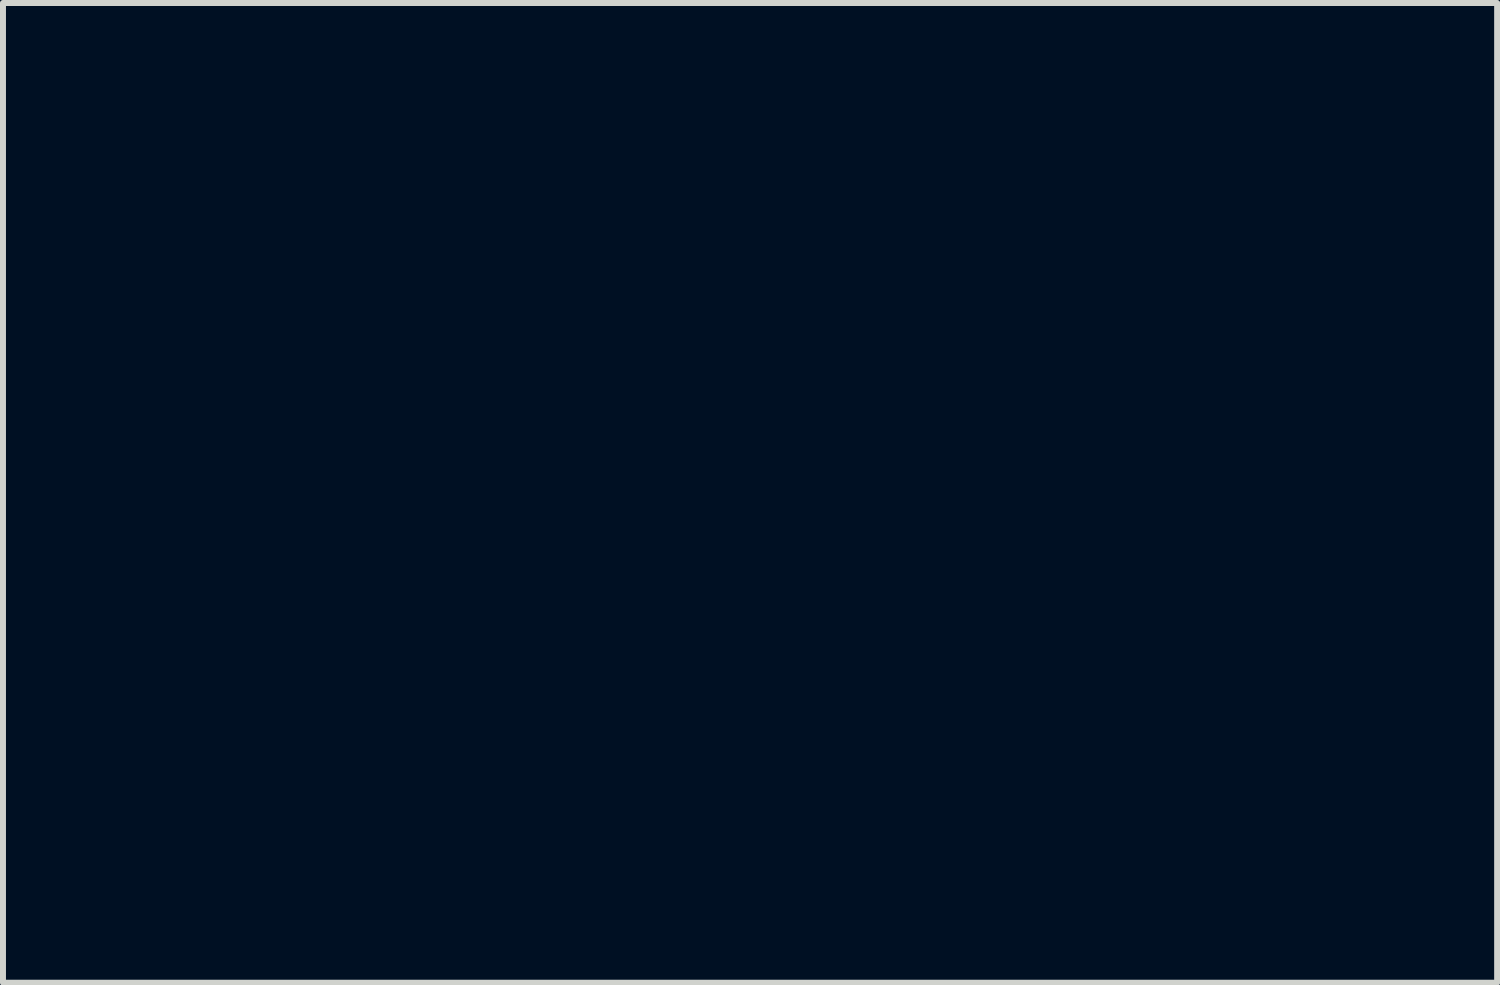
<source format=kicad_pcb>
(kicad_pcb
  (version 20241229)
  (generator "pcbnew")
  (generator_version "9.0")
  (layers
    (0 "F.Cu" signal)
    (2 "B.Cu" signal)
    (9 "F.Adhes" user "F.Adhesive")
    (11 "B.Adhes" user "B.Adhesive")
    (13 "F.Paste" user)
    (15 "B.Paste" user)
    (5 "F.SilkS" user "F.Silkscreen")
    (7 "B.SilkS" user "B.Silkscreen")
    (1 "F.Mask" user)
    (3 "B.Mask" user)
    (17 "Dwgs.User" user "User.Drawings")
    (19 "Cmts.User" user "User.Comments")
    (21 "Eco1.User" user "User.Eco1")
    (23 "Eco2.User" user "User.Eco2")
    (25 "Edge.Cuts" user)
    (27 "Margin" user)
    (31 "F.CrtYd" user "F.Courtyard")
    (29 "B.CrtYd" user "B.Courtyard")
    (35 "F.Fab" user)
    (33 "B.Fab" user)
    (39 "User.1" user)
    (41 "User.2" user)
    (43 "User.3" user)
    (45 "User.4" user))
  (footprint "skin_popn_web"
    (layer "F.Cu")
    (at 8.643 6.572)
    (property "Reference" "skin_popn_web" (at 0 -5.08 0) (layer "F.Mask") (effects (font (size 1.524 1.524) (thickness 0.3))))
    (attr through_hole)
    (fp_poly (pts (xy -7.259 -5.896) (xy -6.881 -5.678) (xy -6.797 -5.63) (xy -6.72 -5.585) (xy -6.65 -5.546) (xy -6.591 -5.512) (xy -6.543 -5.486) (xy -6.51 -5.468) (xy -6.493 -5.46) (xy -6.492 -5.459) (xy -6.48 -5.465) (xy -6.451 -5.48) (xy -6.408 -5.504) (xy -6.351 -5.536) (xy -6.284 -5.574) (xy -6.209 -5.617) (xy -6.127 -5.664) (xy -6.102 -5.678) (xy -5.724 -5.897) (xy -5.724 -6.567) (xy -5.437 -6.567) (xy -5.437 -5.898) (xy -5.065 -5.683) (xy -4.982 -5.635) (xy -4.905 -5.591) (xy -4.836 -5.551) (xy -4.777 -5.516) (xy -4.73 -5.489) (xy -4.698 -5.47) (xy -4.681 -5.461) (xy -4.68 -5.46) (xy -4.668 -5.464) (xy -4.639 -5.478) (xy -4.594 -5.501) (xy -4.536 -5.532) (xy -4.466 -5.57) (xy -4.387 -5.615) (xy -4.301 -5.665) (xy -4.287 -5.672) (xy -3.907 -5.892) (xy -3.905 -6.229) (xy -3.902 -6.567) (xy -3.877 -6.567) (xy -3.858 -6.56) (xy -3.828 -6.537) (xy -3.785 -6.498) (xy -3.728 -6.443) (xy -3.604 -6.319) (xy -3.601 -6.105) (xy -3.598 -5.891) (xy -3.219 -5.672) (xy -2.84 -5.454) (xy -2.808 -5.472) (xy -2.776 -5.49) (xy -2.686 -5.401) (xy -2.596 -5.311) (xy -2.645 -5.285) (xy -2.693 -5.258) (xy -2.696 -4.819) (xy -2.698 -4.381) (xy -2.657 -4.354) (xy -2.629 -4.337) (xy -2.587 -4.312) (xy -2.534 -4.281) (xy -2.472 -4.245) (xy -2.403 -4.205) (xy -2.331 -4.164) (xy -2.258 -4.122) (xy -2.186 -4.081) (xy -2.117 -4.043) (xy -2.056 -4.008) (xy -2.004 -3.979) (xy -1.963 -3.957) (xy -1.936 -3.943) (xy -1.927 -3.939) (xy -1.914 -3.944) (xy -1.885 -3.959) (xy -1.843 -3.982) (xy -1.79 -4.011) (xy -1.73 -4.046) (xy -1.696 -4.065) (xy -1.478 -4.192) (xy -1.392 -4.107) (xy -1.358 -4.072) (xy -1.33 -4.043) (xy -1.312 -4.023) (xy -1.307 -4.016) (xy -1.316 -4.009) (xy -1.342 -3.992) (xy -1.381 -3.968) (xy -1.433 -3.937) (xy -1.493 -3.902) (xy -1.544 -3.872) (xy -1.782 -3.735) (xy -1.782 -2.857) (xy -1.74 -2.831) (xy -1.718 -2.817) (xy -1.68 -2.795) (xy -1.631 -2.766) (xy -1.571 -2.731) (xy -1.505 -2.693) (xy -1.434 -2.652) (xy -1.361 -2.61) (xy -1.289 -2.569) (xy -1.221 -2.529) (xy -1.159 -2.494) (xy -1.105 -2.464) (xy -1.063 -2.44) (xy -1.036 -2.424) (xy -1.025 -2.419) (xy -1.012 -2.422) (xy -0.982 -2.436) (xy -0.938 -2.459) (xy -0.882 -2.489) (xy -0.815 -2.526) (xy -0.741 -2.568) (xy -0.669 -2.609) (xy -0.568 -2.667) (xy -0.485 -2.715) (xy -0.417 -2.754) (xy -0.364 -2.786) (xy -0.322 -2.811) (xy -0.292 -2.83) (xy -0.271 -2.845) (xy -0.257 -2.858) (xy -0.249 -2.868) (xy -0.246 -2.877) (xy -0.245 -2.887) (xy -0.245 -2.898) (xy -0.244 -2.906) (xy -0.241 -2.956) (xy 0.013 -2.701) (xy 0.072 -2.64) (xy 0.125 -2.586) (xy 0.168 -2.54) (xy 0.201 -2.504) (xy 0.223 -2.479) (xy 0.231 -2.467) (xy 0.228 -2.467) (xy 0.204 -2.481) (xy 0.165 -2.503) (xy 0.118 -2.53) (xy 0.068 -2.559) (xy 0.02 -2.586) (xy -0.023 -2.611) (xy -0.057 -2.631) (xy -0.076 -2.642) (xy -0.076 -2.643) (xy -0.083 -2.646) (xy -0.093 -2.646) (xy -0.107 -2.642) (xy -0.128 -2.633) (xy -0.158 -2.619) (xy -0.197 -2.598) (xy -0.248 -2.57) (xy -0.313 -2.533) (xy -0.394 -2.487) (xy -0.479 -2.438) (xy -0.859 -2.219) (xy -0.862 -1.773) (xy -0.864 -1.327) (xy -0.483 -1.108) (xy -0.101 -0.889) (xy 0.11 -1.011) (xy 0.187 -1.054) (xy 0.27 -1.103) (xy 0.354 -1.151) (xy 0.431 -1.196) (xy 0.493 -1.231) (xy 0.665 -1.33) (xy 0.67 -1.685) (xy 0.676 -2.04) (xy 0.816 -1.899) (xy 0.957 -1.758) (xy 0.96 -1.543) (xy 0.963 -1.328) (xy 1.725 -0.888) (xy 1.79 -0.925) (xy 1.879 -0.835) (xy 1.913 -0.799) (xy 1.939 -0.769) (xy 1.954 -0.749) (xy 1.957 -0.74) (xy 1.941 -0.732) (xy 1.915 -0.717) (xy 1.91 -0.714) (xy 1.874 -0.692) (xy 1.876 -0.248) (xy 1.879 0.196) (xy 2.638 0.634) (xy 3.023 0.411) (xy 3.409 0.188) (xy 3.409 0.048) (xy 3.695 0.048) (xy 3.698 0.121) (xy 3.702 0.193) (xy 4.082 0.413) (xy 4.462 0.633) (xy 4.529 0.595) (xy 4.555 0.581) (xy 4.597 0.556) (xy 4.653 0.525) (xy 4.719 0.487) (xy 4.792 0.444) (xy 4.87 0.399) (xy 4.911 0.376) (xy 5.226 0.194) (xy 5.229 0.121) (xy 5.232 0.048) (xy 5.529 0.048) (xy 5.53 0.122) (xy 5.53 0.197) (xy 5.91 0.415) (xy 6.291 0.633) (xy 7.048 0.196) (xy 7.054 0.048) (xy 7.35 0.048) (xy 7.354 0.121) (xy 7.357 0.195) (xy 7.736 0.414) (xy 8.116 0.634) (xy 8.501 0.411) (xy 8.886 0.189) (xy 8.886 0.048) (xy 9.174 0.048) (xy 9.174 0.189) (xy 9.552 0.408) (xy 9.635 0.456) (xy 9.713 0.5) (xy 9.782 0.54) (xy 9.841 0.574) (xy 9.888 0.601) (xy 9.921 0.62) (xy 9.937 0.629) (xy 9.938 0.63) (xy 9.952 0.628) (xy 9.971 0.618) (xy 9.988 0.608) (xy 10.021 0.588) (xy 10.066 0.562) (xy 10.121 0.53) (xy 10.182 0.495) (xy 10.198 0.486) (xy 10.4 0.369) (xy 10.394 0.421) (xy 10.391 0.457) (xy 10.387 0.506) (xy 10.383 0.558) (xy 10.382 0.569) (xy 10.375 0.665) (xy 10.233 0.746) (xy 10.091 0.827) (xy 10.09 1.27) (xy 10.09 1.714) (xy 10.195 1.773) (xy 10.299 1.831) (xy 10.292 1.947) (xy 10.289 1.997) (xy 10.285 2.04) (xy 10.281 2.071) (xy 10.279 2.082) (xy 10.274 2.087) (xy 10.262 2.086) (xy 10.24 2.077) (xy 10.208 2.061) (xy 10.16 2.035) (xy 10.112 2.007) (xy 10.059 1.976) (xy 10.011 1.95) (xy 9.974 1.93) (xy 9.95 1.917) (xy 9.942 1.914) (xy 9.931 1.92) (xy 9.904 1.935) (xy 9.862 1.958) (xy 9.809 1.987) (xy 9.747 2.022) (xy 9.679 2.061) (xy 9.607 2.102) (xy 9.534 2.144) (xy 9.462 2.186) (xy 9.394 2.225) (xy 9.332 2.261) (xy 9.28 2.291) (xy 9.239 2.316) (xy 9.215 2.33) (xy 9.174 2.356) (xy 9.174 2.795) (xy 9.174 3.234) (xy 9.364 3.344) (xy 9.44 3.387) (xy 9.527 3.438) (xy 9.617 3.49) (xy 9.702 3.538) (xy 9.748 3.565) (xy 9.942 3.677) (xy 10.062 3.608) (xy 10.108 3.582) (xy 10.146 3.56) (xy 10.172 3.546) (xy 10.184 3.541) (xy 10.184 3.541) (xy 10.186 3.555) (xy 10.184 3.586) (xy 10.181 3.628) (xy 10.177 3.677) (xy 10.171 3.727) (xy 10.166 3.773) (xy 10.16 3.81) (xy 10.155 3.833) (xy 10.153 3.838) (xy 10.138 3.841) (xy 10.105 3.843) (xy 10.057 3.845) (xy 9.999 3.846) (xy 9.945 3.847) (xy 9.75 3.847) (xy 9.394 3.642) (xy 9.31 3.593) (xy 9.233 3.55) (xy 9.165 3.512) (xy 9.107 3.481) (xy 9.062 3.458) (xy 9.033 3.445) (xy 9.021 3.441) (xy 9.007 3.448) (xy 8.977 3.464) (xy 8.932 3.489) (xy 8.875 3.521) (xy 8.808 3.559) (xy 8.733 3.602) (xy 8.656 3.646) (xy 8.309 3.847) (xy 7.924 3.847) (xy 7.569 3.642) (xy 7.489 3.595) (xy 7.414 3.552) (xy 7.348 3.514) (xy 7.292 3.482) (xy 7.248 3.458) (xy 7.22 3.441) (xy 7.208 3.435) (xy 7.208 3.435) (xy 7.197 3.44) (xy 7.169 3.454) (xy 7.127 3.478) (xy 7.071 3.509) (xy 7.005 3.546) (xy 6.931 3.588) (xy 6.851 3.634) (xy 6.841 3.64) (xy 6.482 3.847) (xy 6.098 3.847) (xy 5.737 3.639) (xy 5.377 3.431) (xy 4.657 3.847) (xy 4.272 3.847) (xy 3.916 3.641) (xy 3.823 3.587) (xy 3.747 3.544) (xy 3.686 3.51) (xy 3.639 3.484) (xy 3.603 3.466) (xy 3.576 3.454) (xy 3.557 3.447) (xy 3.544 3.444) (xy 3.534 3.445) (xy 3.531 3.446) (xy 3.515 3.454) (xy 3.482 3.472) (xy 3.435 3.498) (xy 3.377 3.531) (xy 3.308 3.57) (xy 3.233 3.614) (xy 3.166 3.652) (xy 2.83 3.847) (xy 2.636 3.847) (xy 2.443 3.846) (xy 2.089 3.641) (xy 2.009 3.594) (xy 1.934 3.551) (xy 1.867 3.513) (xy 1.811 3.482) (xy 1.767 3.457) (xy 1.738 3.441) (xy 1.725 3.436) (xy 1.725 3.435) (xy 1.713 3.441) (xy 1.684 3.456) (xy 1.641 3.48) (xy 1.586 3.511) (xy 1.521 3.548) (xy 1.449 3.59) (xy 1.399 3.619) (xy 1.084 3.802) (xy 0.999 3.717) (xy 0.964 3.682) (xy 0.936 3.653) (xy 0.918 3.633) (xy 0.913 3.625) (xy 0.922 3.618) (xy 0.948 3.602) (xy 0.989 3.577) (xy 1.043 3.545) (xy 1.107 3.507) (xy 1.18 3.465) (xy 1.244 3.427) (xy 1.576 3.236) (xy 1.576 2.35) (xy 1.874 2.35) (xy 1.874 3.236) (xy 2.247 3.452) (xy 2.329 3.5) (xy 2.407 3.544) (xy 2.476 3.584) (xy 2.536 3.617) (xy 2.583 3.643) (xy 2.617 3.661) (xy 2.633 3.669) (xy 2.635 3.669) (xy 2.648 3.664) (xy 2.677 3.649) (xy 2.721 3.626) (xy 2.778 3.595) (xy 2.844 3.558) (xy 2.918 3.516) (xy 2.988 3.476) (xy 3.069 3.429) (xy 3.145 3.385) (xy 3.214 3.345) (xy 3.273 3.311) (xy 3.321 3.283) (xy 3.353 3.263) (xy 3.368 3.255) (xy 3.409 3.228) (xy 3.406 2.789) (xy 3.403 2.356) (xy 3.696 2.356) (xy 3.696 2.795) (xy 3.696 3.234) (xy 4.08 3.456) (xy 4.464 3.678) (xy 4.508 3.652) (xy 4.528 3.641) (xy 4.564 3.62) (xy 4.614 3.59) (xy 4.676 3.555) (xy 4.747 3.514) (xy 4.825 3.469) (xy 4.891 3.43) (xy 5.231 3.235) (xy 5.231 2.358) (xy 5.217 2.348) (xy 5.529 2.348) (xy 5.529 3.237) (xy 5.902 3.453) (xy 5.985 3.501) (xy 6.062 3.545) (xy 6.131 3.585) (xy 6.191 3.618) (xy 6.238 3.644) (xy 6.271 3.662) (xy 6.287 3.67) (xy 6.289 3.67) (xy 6.301 3.665) (xy 6.33 3.649) (xy 6.374 3.625) (xy 6.431 3.594) (xy 6.498 3.556) (xy 6.574 3.513) (xy 6.656 3.466) (xy 6.678 3.453) (xy 7.053 3.236) (xy 7.053 2.35) (xy 7.351 2.35) (xy 7.351 3.236) (xy 7.724 3.452) (xy 7.807 3.5) (xy 7.884 3.544) (xy 7.954 3.584) (xy 8.014 3.617) (xy 8.061 3.643) (xy 8.094 3.661) (xy 8.111 3.669) (xy 8.112 3.669) (xy 8.125 3.664) (xy 8.155 3.649) (xy 8.199 3.625) (xy 8.256 3.594) (xy 8.323 3.557) (xy 8.398 3.515) (xy 8.477 3.47) (xy 8.558 3.423) (xy 8.634 3.379) (xy 8.703 3.339) (xy 8.762 3.304) (xy 8.809 3.277) (xy 8.841 3.257) (xy 8.856 3.248) (xy 8.887 3.227) (xy 8.884 2.789) (xy 8.881 2.351) (xy 8.505 2.133) (xy 8.419 2.083) (xy 8.34 2.038) (xy 8.269 1.999) (xy 8.209 1.966) (xy 8.161 1.941) (xy 8.128 1.925) (xy 8.112 1.919) (xy 8.111 1.919) (xy 8.097 1.925) (xy 8.067 1.942) (xy 8.021 1.966) (xy 7.964 1.999) (xy 7.896 2.037) (xy 7.819 2.08) (xy 7.737 2.127) (xy 7.721 2.137) (xy 7.351 2.35) (xy 7.053 2.35) (xy 7.053 2.349) (xy 6.681 2.134) (xy 6.599 2.087) (xy 6.522 2.043) (xy 6.452 2.003) (xy 6.393 1.97) (xy 6.346 1.943) (xy 6.313 1.925) (xy 6.297 1.917) (xy 6.296 1.916) (xy 6.284 1.921) (xy 6.255 1.936) (xy 6.211 1.959) (xy 6.154 1.99) (xy 6.087 2.028) (xy 6.011 2.07) (xy 5.929 2.117) (xy 5.906 2.131) (xy 5.529 2.348) (xy 5.217 2.348) (xy 5.201 2.336) (xy 5.184 2.326) (xy 5.151 2.306) (xy 5.105 2.279) (xy 5.048 2.246) (xy 4.983 2.208) (xy 4.913 2.168) (xy 4.84 2.125) (xy 4.767 2.083) (xy 4.697 2.043) (xy 4.632 2.006) (xy 4.574 1.973) (xy 4.528 1.947) (xy 4.494 1.928) (xy 4.477 1.919) (xy 4.475 1.918) (xy 4.463 1.923) (xy 4.434 1.936) (xy 4.391 1.958) (xy 4.337 1.987) (xy 4.273 2.022) (xy 4.203 2.06) (xy 4.13 2.101) (xy 4.054 2.144) (xy 3.98 2.186) (xy 3.91 2.226) (xy 3.846 2.264) (xy 3.79 2.297) (xy 3.745 2.325) (xy 3.737 2.33) (xy 3.696 2.356) (xy 3.403 2.356) (xy 3.403 2.351) (xy 3.028 2.133) (xy 2.945 2.085) (xy 2.867 2.041) (xy 2.797 2.001) (xy 2.737 1.968) (xy 2.689 1.942) (xy 2.655 1.925) (xy 2.637 1.918) (xy 2.635 1.917) (xy 2.622 1.923) (xy 2.592 1.939) (xy 2.548 1.964) (xy 2.49 1.996) (xy 2.423 2.034) (xy 2.347 2.077) (xy 2.265 2.124) (xy 2.246 2.135) (xy 1.874 2.35) (xy 1.576 2.35) (xy 1.576 2.35) (xy 1.203 2.135) (xy 1.12 2.087) (xy 1.043 2.043) (xy 0.973 2.003) (xy 0.913 1.97) (xy 0.866 1.944) (xy 0.832 1.926) (xy 0.815 1.918) (xy 0.814 1.917) (xy 0.801 1.922) (xy 0.771 1.937) (xy 0.727 1.961) (xy 0.669 1.992) (xy 0.602 2.03) (xy 0.526 2.073) (xy 0.444 2.12) (xy 0.422 2.133) (xy 0.046 2.351) (xy 0.04 2.747) (xy -0.103 2.604) (xy -0.154 2.554) (xy -0.191 2.516) (xy -0.216 2.488) (xy -0.233 2.467) (xy -0.242 2.45) (xy -0.246 2.435) (xy -0.246 2.417) (xy -0.247 2.409) (xy -0.247 2.388) (xy -0.25 2.37) (xy -0.258 2.355) (xy -0.274 2.339) (xy -0.301 2.321) (xy -0.342 2.296) (xy -0.398 2.264) (xy -0.409 2.258) (xy -0.435 2.243) (xy -0.459 2.228) (xy -0.483 2.211) (xy -0.509 2.19) (xy -0.538 2.165) (xy -0.573 2.133) (xy -0.615 2.092) (xy -0.666 2.041) (xy -0.728 1.978) (xy -0.803 1.902) (xy -0.837 1.867) (xy -1.163 1.533) (xy -1.163 1.18) (xy -1.164 0.827) (xy -0.865 0.827) (xy -0.862 1.272) (xy -0.859 1.717) (xy -0.48 1.936) (xy -0.101 2.155) (xy 0.138 2.017) (xy 0.215 1.973) (xy 0.295 1.927) (xy 0.373 1.881) (xy 0.445 1.84) (xy 0.504 1.806) (xy 0.524 1.795) (xy 0.668 1.712) (xy 0.957 1.712) (xy 1.341 1.934) (xy 1.725 2.156) (xy 1.763 2.133) (xy 1.782 2.122) (xy 1.817 2.102) (xy 1.866 2.074) (xy 1.927 2.038) (xy 1.998 1.998) (xy 2.075 1.953) (xy 2.147 1.912) (xy 2.493 1.713) (xy 2.492 1.71) (xy 2.779 1.71) (xy 3.547 2.154) (xy 3.613 2.118) (xy 3.639 2.103) (xy 3.681 2.08) (xy 3.737 2.048) (xy 3.802 2.01) (xy 3.876 1.968) (xy 3.954 1.923) (xy 3.994 1.9) (xy 4.309 1.718) (xy 4.309 1.714) (xy 4.613 1.714) (xy 4.996 1.935) (xy 5.082 1.985) (xy 5.162 2.03) (xy 5.233 2.069) (xy 5.293 2.102) (xy 5.341 2.127) (xy 5.374 2.142) (xy 5.39 2.149) (xy 5.391 2.148) (xy 5.403 2.141) (xy 5.433 2.124) (xy 5.476 2.099) (xy 5.533 2.066) (xy 5.6 2.027) (xy 5.676 1.984) (xy 5.758 1.936) (xy 5.776 1.926) (xy 6.145 1.712) (xy 6.435 1.712) (xy 6.818 1.934) (xy 7.202 2.155) (xy 7.235 2.136) (xy 7.252 2.127) (xy 7.286 2.107) (xy 7.334 2.079) (xy 7.394 2.045) (xy 7.464 2.005) (xy 7.541 1.96) (xy 7.619 1.915) (xy 7.97 1.713) (xy 7.967 1.27) (xy 7.964 0.827) (xy 7.964 0.827) (xy 8.268 0.827) (xy 8.274 1.719) (xy 9.024 2.154) (xy 9.091 2.118) (xy 9.117 2.104) (xy 9.159 2.08) (xy 9.214 2.048) (xy 9.28 2.01) (xy 9.353 1.968) (xy 9.431 1.923) (xy 9.472 1.9) (xy 9.786 1.718) (xy 9.789 1.272) (xy 9.792 0.827) (xy 9.411 0.607) (xy 9.029 0.388) (xy 8.789 0.526) (xy 8.713 0.57) (xy 8.634 0.615) (xy 8.557 0.66) (xy 8.487 0.7) (xy 8.429 0.734) (xy 8.409 0.745) (xy 8.268 0.827) (xy 7.964 0.827) (xy 7.589 0.609) (xy 7.506 0.561) (xy 7.428 0.517) (xy 7.358 0.478) (xy 7.298 0.445) (xy 7.25 0.419) (xy 7.216 0.402) (xy 7.198 0.395) (xy 7.197 0.395) (xy 7.184 0.401) (xy 7.154 0.417) (xy 7.109 0.442) (xy 7.052 0.474) (xy 6.985 0.513) (xy 6.909 0.556) (xy 6.827 0.604) (xy 6.81 0.613) (xy 6.44 0.828) (xy 6.437 1.27) (xy 6.435 1.712) (xy 6.145 1.712) (xy 6.148 1.71) (xy 6.145 1.27) (xy 6.142 0.829) (xy 5.8 0.631) (xy 5.719 0.584) (xy 5.643 0.54) (xy 5.573 0.5) (xy 5.513 0.466) (xy 5.466 0.438) (xy 5.432 0.419) (xy 5.417 0.41) (xy 5.377 0.387) (xy 4.613 0.827) (xy 4.613 1.27) (xy 4.613 1.714) (xy 4.309 1.714) (xy 4.314 0.827) (xy 3.933 0.607) (xy 3.551 0.388) (xy 3.295 0.535) (xy 3.218 0.579) (xy 3.14 0.624) (xy 3.065 0.668) (xy 2.997 0.707) (xy 2.941 0.739) (xy 2.912 0.756) (xy 2.785 0.83) (xy 2.782 1.27) (xy 2.779 1.71) (xy 2.492 1.71) (xy 2.49 1.27) (xy 2.487 0.827) (xy 2.111 0.609) (xy 2.028 0.561) (xy 1.951 0.517) (xy 1.882 0.477) (xy 1.822 0.444) (xy 1.775 0.418) (xy 1.743 0.4) (xy 1.726 0.392) (xy 1.725 0.391) (xy 1.713 0.397) (xy 1.684 0.412) (xy 1.641 0.436) (xy 1.585 0.468) (xy 1.518 0.506) (xy 1.443 0.549) (xy 1.361 0.596) (xy 1.338 0.61) (xy 0.963 0.828) (xy 0.96 1.27) (xy 0.957 1.712) (xy 0.668 1.712) (xy 0.67 1.711) (xy 0.667 1.27) (xy 0.665 0.83) (xy 0.285 0.61) (xy 0.201 0.562) (xy 0.124 0.517) (xy 0.055 0.478) (xy -0.004 0.444) (xy -0.051 0.418) (xy -0.083 0.399) (xy -0.099 0.391) (xy -0.101 0.39) (xy -0.111 0.396) (xy -0.139 0.411) (xy -0.181 0.435) (xy -0.237 0.466) (xy -0.303 0.504) (xy -0.378 0.547) (xy -0.46 0.594) (xy -0.486 0.608) (xy -0.865 0.827) (xy -1.164 0.827) (xy -1.543 0.608) (xy -1.626 0.561) (xy -1.704 0.516) (xy -1.773 0.477) (xy -1.832 0.443) (xy -1.878 0.417) (xy -1.91 0.399) (xy -1.926 0.391) (xy -1.928 0.39) (xy -1.939 0.395) (xy -1.965 0.41) (xy -2.002 0.431) (xy -2.047 0.456) (xy -2.047 0.457) (xy -2.162 0.523) (xy -2.248 0.437) (xy -2.283 0.403) (xy -2.311 0.373) (xy -2.329 0.353) (xy -2.334 0.346) (xy -2.325 0.339) (xy -2.3 0.323) (xy -2.263 0.301) (xy -2.217 0.274) (xy -2.201 0.265) (xy -2.069 0.189) (xy -2.069 -0.689) (xy -2.078 -0.694) (xy -1.776 -0.694) (xy -1.776 0.194) (xy -1.396 0.413) (xy -1.015 0.633) (xy -0.948 0.595) (xy -0.922 0.58) (xy -0.88 0.556) (xy -0.825 0.524) (xy -0.759 0.486) (xy -0.685 0.444) (xy -0.607 0.399) (xy -0.567 0.375) (xy -0.252 0.193) (xy -0.252 -0.69) (xy 0.041 -0.69) (xy 0.041 0.189) (xy 0.424 0.411) (xy 0.508 0.459) (xy 0.587 0.503) (xy 0.657 0.543) (xy 0.717 0.576) (xy 0.765 0.602) (xy 0.799 0.62) (xy 0.817 0.628) (xy 0.819 0.628) (xy 0.831 0.622) (xy 0.86 0.606) (xy 0.903 0.581) (xy 0.959 0.549) (xy 1.026 0.511) (xy 1.101 0.467) (xy 1.183 0.42) (xy 1.2 0.41) (xy 1.57 0.196) (xy 1.57 -0.696) (xy 1.191 -0.916) (xy 0.812 -1.135) (xy 0.041 -0.69) (xy -0.252 -0.69) (xy -0.252 -0.694) (xy -0.379 -0.768) (xy -0.425 -0.795) (xy -0.486 -0.83) (xy -0.557 -0.87) (xy -0.633 -0.915) (xy -0.711 -0.96) (xy -0.761 -0.988) (xy -1.015 -1.134) (xy -1.396 -0.914) (xy -1.776 -0.694) (xy -2.078 -0.694) (xy -2.84 -1.135) (xy -3.147 -0.957) (xy -3.454 -0.78) (xy -3.543 -0.87) (xy -3.577 -0.906) (xy -3.603 -0.935) (xy -3.618 -0.956) (xy -3.62 -0.964) (xy -3.608 -0.971) (xy -3.58 -0.987) (xy -3.537 -1.012) (xy -3.482 -1.044) (xy -3.417 -1.081) (xy -3.345 -1.123) (xy -3.3 -1.149) (xy -2.991 -1.328) (xy -2.988 -1.771) (xy -2.985 -2.211) (xy -2.698 -2.211) (xy -2.693 -1.33) (xy -2.312 -1.11) (xy -2.229 -1.062) (xy -2.151 -1.018) (xy -2.082 -0.978) (xy -2.023 -0.945) (xy -1.977 -0.918) (xy -1.944 -0.9) (xy -1.928 -0.891) (xy -1.927 -0.891) (xy -1.917 -0.896) (xy -1.89 -0.911) (xy -1.847 -0.935) (xy -1.792 -0.966) (xy -1.726 -1.004) (xy -1.651 -1.047) (xy -1.57 -1.094) (xy -1.543 -1.109) (xy -1.164 -1.327) (xy -1.166 -1.773) (xy -1.169 -2.218) (xy -1.548 -2.437) (xy -1.928 -2.657) (xy -1.979 -2.627) (xy -2.001 -2.614) (xy -2.039 -2.592) (xy -2.091 -2.562) (xy -2.155 -2.525) (xy -2.227 -2.484) (xy -2.304 -2.439) (xy -2.365 -2.404) (xy -2.698 -2.211) (xy -2.985 -2.211) (xy -2.985 -2.213) (xy -3.363 -2.431) (xy -3.447 -2.48) (xy -3.524 -2.524) (xy -3.594 -2.564) (xy -3.654 -2.597) (xy -3.701 -2.623) (xy -3.734 -2.641) (xy -3.751 -2.65) (xy -3.753 -2.65) (xy -3.765 -2.645) (xy -3.793 -2.63) (xy -3.837 -2.606) (xy -3.893 -2.574) (xy -3.96 -2.536) (xy -4.036 -2.493) (xy -4.118 -2.446) (xy -4.142 -2.432) (xy -4.52 -2.214) (xy -4.52 -1.848) (xy -4.667 -2) (xy -4.724 -2.061) (xy -4.767 -2.109) (xy -4.796 -2.145) (xy -4.813 -2.171) (xy -4.819 -2.187) (xy -4.825 -2.207) (xy -4.84 -2.225) (xy -4.869 -2.246) (xy -4.894 -2.261) (xy -4.916 -2.275) (xy -4.943 -2.296) (xy -4.977 -2.325) (xy -5.018 -2.362) (xy -5.07 -2.411) (xy -5.132 -2.471) (xy -5.206 -2.544) (xy -5.294 -2.631) (xy -5.345 -2.681) (xy -5.724 -3.061) (xy -5.724 -3.509) (xy -5.435 -3.509) (xy -5.435 -3.417) (xy -5.434 -3.304) (xy -5.434 -3.289) (xy -5.431 -2.852) (xy -5.056 -2.634) (xy -4.972 -2.586) (xy -4.894 -2.541) (xy -4.824 -2.502) (xy -4.764 -2.469) (xy -4.715 -2.444) (xy -4.681 -2.427) (xy -4.663 -2.42) (xy -4.661 -2.42) (xy -4.648 -2.426) (xy -4.617 -2.442) (xy -4.572 -2.467) (xy -4.514 -2.499) (xy -4.446 -2.537) (xy -4.37 -2.581) (xy -4.288 -2.628) (xy -4.272 -2.637) (xy -3.902 -2.851) (xy -3.902 -3.294) (xy -3.902 -3.737) (xy -3.904 -3.738) (xy -3.604 -3.738) (xy -3.604 -2.85) (xy -3.226 -2.633) (xy -3.143 -2.585) (xy -3.065 -2.54) (xy -2.996 -2.501) (xy -2.937 -2.468) (xy -2.89 -2.441) (xy -2.857 -2.424) (xy -2.841 -2.415) (xy -2.84 -2.415) (xy -2.829 -2.42) (xy -2.801 -2.435) (xy -2.758 -2.459) (xy -2.702 -2.491) (xy -2.636 -2.529) (xy -2.561 -2.572) (xy -2.479 -2.619) (xy -2.453 -2.633) (xy -2.074 -2.852) (xy -2.071 -3.29) (xy -2.068 -3.728) (xy -2.11 -3.755) (xy -2.138 -3.772) (xy -2.18 -3.797) (xy -2.233 -3.829) (xy -2.295 -3.865) (xy -2.364 -3.904) (xy -2.436 -3.946) (xy -2.509 -3.988) (xy -2.581 -4.028) (xy -2.65 -4.067) (xy -2.711 -4.101) (xy -2.763 -4.13) (xy -2.804 -4.153) (xy -2.831 -4.166) (xy -2.84 -4.171) (xy -2.852 -4.165) (xy -2.881 -4.15) (xy -2.925 -4.126) (xy -2.982 -4.095) (xy -3.049 -4.057) (xy -3.125 -4.014) (xy -3.206 -3.967) (xy -3.228 -3.954) (xy -3.604 -3.738) (xy -3.904 -3.738) (xy -4.284 -3.957) (xy -4.666 -4.178) (xy -5.038 -3.964) (xy -5.121 -3.916) (xy -5.198 -3.871) (xy -5.267 -3.83) (xy -5.326 -3.796) (xy -5.373 -3.768) (xy -5.406 -3.748) (xy -5.422 -3.738) (xy -5.423 -3.737) (xy -5.427 -3.73) (xy -5.43 -3.712) (xy -5.432 -3.683) (xy -5.434 -3.641) (xy -5.435 -3.583) (xy -5.435 -3.509) (xy -5.724 -3.509) (xy -5.724 -3.735) (xy -5.87 -3.819) (xy -5.924 -3.85) (xy -5.991 -3.889) (xy -6.068 -3.933) (xy -6.147 -3.979) (xy -6.226 -4.024) (xy -6.255 -4.041) (xy -6.494 -4.179) (xy -6.592 -4.12) (xy -6.634 -4.095) (xy -6.669 -4.076) (xy -6.694 -4.064) (xy -6.702 -4.061) (xy -6.714 -4.068) (xy -6.737 -4.088) (xy -6.769 -4.117) (xy -6.799 -4.146) (xy -6.884 -4.233) (xy -6.763 -4.302) (xy -6.641 -4.372) (xy -6.641 -5.259) (xy -6.642 -5.259) (xy -6.343 -5.259) (xy -6.343 -4.372) (xy -5.97 -4.156) (xy -5.887 -4.108) (xy -5.809 -4.064) (xy -5.74 -4.025) (xy -5.68 -3.991) (xy -5.632 -3.965) (xy -5.599 -3.948) (xy -5.582 -3.94) (xy -5.581 -3.94) (xy -5.568 -3.945) (xy -5.538 -3.96) (xy -5.493 -3.984) (xy -5.436 -4.016) (xy -5.368 -4.054) (xy -5.293 -4.097) (xy -5.211 -4.144) (xy -5.194 -4.154) (xy -4.824 -4.368) (xy -4.821 -4.814) (xy -4.818 -5.253) (xy -4.52 -5.253) (xy -4.52 -4.375) (xy -4.137 -4.153) (xy -3.753 -3.931) (xy -3.516 -4.069) (xy -3.439 -4.113) (xy -3.359 -4.159) (xy -3.281 -4.204) (xy -3.21 -4.245) (xy -3.15 -4.28) (xy -3.132 -4.29) (xy -2.985 -4.374) (xy -2.985 -5.253) (xy -3.027 -5.279) (xy -3.075 -5.308) (xy -3.134 -5.344) (xy -3.201 -5.383) (xy -3.274 -5.425) (xy -3.349 -5.468) (xy -3.426 -5.511) (xy -3.5 -5.552) (xy -3.569 -5.591) (xy -3.632 -5.625) (xy -3.686 -5.653) (xy -3.727 -5.675) (xy -3.754 -5.687) (xy -3.764 -5.691) (xy -3.778 -5.684) (xy -3.808 -5.667) (xy -3.851 -5.642) (xy -3.906 -5.611) (xy -3.969 -5.575) (xy -4.038 -5.536) (xy -4.111 -5.494) (xy -4.183 -5.452) (xy -4.254 -5.412) (xy -4.319 -5.374) (xy -4.377 -5.34) (xy -4.425 -5.312) (xy -4.46 -5.291) (xy -4.479 -5.279) (xy -4.52 -5.253) (xy -4.818 -5.253) (xy -4.818 -5.261) (xy -5.196 -5.478) (xy -5.279 -5.526) (xy -5.357 -5.57) (xy -5.426 -5.609) (xy -5.486 -5.642) (xy -5.534 -5.667) (xy -5.567 -5.685) (xy -5.584 -5.692) (xy -5.586 -5.692) (xy -5.598 -5.686) (xy -5.627 -5.67) (xy -5.671 -5.646) (xy -5.727 -5.614) (xy -5.794 -5.576) (xy -5.87 -5.532) (xy -5.951 -5.485) (xy -5.97 -5.474) (xy -6.343 -5.259) (xy -6.642 -5.259) (xy -7.008 -5.471) (xy -7.091 -5.518) (xy -7.168 -5.562) (xy -7.237 -5.602) (xy -7.296 -5.636) (xy -7.344 -5.662) (xy -7.377 -5.68) (xy -7.393 -5.689) (xy -7.394 -5.689) (xy -7.41 -5.686) (xy -7.444 -5.671) (xy -7.497 -5.644) (xy -7.567 -5.606) (xy -7.655 -5.556) (xy -7.7 -5.53) (xy -7.772 -5.488) (xy -7.838 -5.45) (xy -7.896 -5.417) (xy -7.943 -5.391) (xy -7.976 -5.373) (xy -7.994 -5.364) (xy -7.996 -5.363) (xy -8.007 -5.371) (xy -8.03 -5.391) (xy -8.061 -5.42) (xy -8.091 -5.449) (xy -8.176 -5.536) (xy -7.563 -5.889) (xy -7.56 -6.228) (xy -7.557 -6.567) (xy -7.259 -6.567) (xy -7.259 -5.896)) (stroke (width 0.01) (type solid)) (fill yes) (layer "F.Mask"))
    (fp_poly (pts (xy -7.259 -5.896) (xy -6.881 -5.678) (xy -6.797 -5.63) (xy -6.72 -5.585) (xy -6.65 -5.546) (xy -6.591 -5.512) (xy -6.543 -5.486) (xy -6.51 -5.468) (xy -6.493 -5.46) (xy -6.492 -5.459) (xy -6.48 -5.465) (xy -6.451 -5.48) (xy -6.408 -5.504) (xy -6.351 -5.536) (xy -6.284 -5.574) (xy -6.209 -5.617) (xy -6.127 -5.664) (xy -6.102 -5.678) (xy -5.724 -5.897) (xy -5.724 -6.567) (xy -5.437 -6.567) (xy -5.437 -5.898) (xy -5.065 -5.683) (xy -4.982 -5.635) (xy -4.905 -5.591) (xy -4.836 -5.551) (xy -4.777 -5.516) (xy -4.73 -5.489) (xy -4.698 -5.47) (xy -4.681 -5.461) (xy -4.68 -5.46) (xy -4.668 -5.464) (xy -4.639 -5.478) (xy -4.594 -5.501) (xy -4.536 -5.532) (xy -4.466 -5.57) (xy -4.387 -5.615) (xy -4.301 -5.665) (xy -4.287 -5.672) (xy -3.907 -5.892) (xy -3.905 -6.229) (xy -3.902 -6.567) (xy -3.877 -6.567) (xy -3.858 -6.56) (xy -3.828 -6.537) (xy -3.785 -6.498) (xy -3.728 -6.443) (xy -3.604 -6.319) (xy -3.601 -6.105) (xy -3.598 -5.891) (xy -3.219 -5.672) (xy -2.84 -5.454) (xy -2.808 -5.472) (xy -2.776 -5.49) (xy -2.686 -5.401) (xy -2.596 -5.311) (xy -2.645 -5.285) (xy -2.693 -5.258) (xy -2.696 -4.819) (xy -2.698 -4.381) (xy -2.657 -4.354) (xy -2.629 -4.337) (xy -2.587 -4.312) (xy -2.534 -4.281) (xy -2.472 -4.245) (xy -2.403 -4.205) (xy -2.331 -4.164) (xy -2.258 -4.122) (xy -2.186 -4.081) (xy -2.117 -4.043) (xy -2.056 -4.008) (xy -2.004 -3.979) (xy -1.963 -3.957) (xy -1.936 -3.943) (xy -1.927 -3.939) (xy -1.914 -3.944) (xy -1.885 -3.959) (xy -1.843 -3.982) (xy -1.79 -4.011) (xy -1.73 -4.046) (xy -1.696 -4.065) (xy -1.478 -4.192) (xy -1.392 -4.107) (xy -1.358 -4.072) (xy -1.33 -4.043) (xy -1.312 -4.023) (xy -1.307 -4.016) (xy -1.316 -4.009) (xy -1.342 -3.992) (xy -1.381 -3.968) (xy -1.433 -3.937) (xy -1.493 -3.902) (xy -1.544 -3.872) (xy -1.782 -3.735) (xy -1.782 -2.857) (xy -1.74 -2.831) (xy -1.718 -2.817) (xy -1.68 -2.795) (xy -1.631 -2.766) (xy -1.571 -2.731) (xy -1.505 -2.693) (xy -1.434 -2.652) (xy -1.361 -2.61) (xy -1.289 -2.569) (xy -1.221 -2.529) (xy -1.159 -2.494) (xy -1.105 -2.464) (xy -1.063 -2.44) (xy -1.036 -2.424) (xy -1.025 -2.419) (xy -1.012 -2.422) (xy -0.982 -2.436) (xy -0.938 -2.459) (xy -0.882 -2.489) (xy -0.815 -2.526) (xy -0.741 -2.568) (xy -0.669 -2.609) (xy -0.568 -2.667) (xy -0.485 -2.715) (xy -0.417 -2.754) (xy -0.364 -2.786) (xy -0.322 -2.811) (xy -0.292 -2.83) (xy -0.271 -2.845) (xy -0.257 -2.858) (xy -0.249 -2.868) (xy -0.246 -2.877) (xy -0.245 -2.887) (xy -0.245 -2.898) (xy -0.244 -2.906) (xy -0.241 -2.956) (xy 0.013 -2.701) (xy 0.072 -2.64) (xy 0.125 -2.586) (xy 0.168 -2.54) (xy 0.201 -2.504) (xy 0.223 -2.479) (xy 0.231 -2.467) (xy 0.228 -2.467) (xy 0.204 -2.481) (xy 0.165 -2.503) (xy 0.118 -2.53) (xy 0.068 -2.559) (xy 0.02 -2.586) (xy -0.023 -2.611) (xy -0.057 -2.631) (xy -0.076 -2.642) (xy -0.076 -2.643) (xy -0.083 -2.646) (xy -0.093 -2.646) (xy -0.107 -2.642) (xy -0.128 -2.633) (xy -0.158 -2.619) (xy -0.197 -2.598) (xy -0.248 -2.57) (xy -0.313 -2.533) (xy -0.394 -2.487) (xy -0.479 -2.438) (xy -0.859 -2.219) (xy -0.862 -1.773) (xy -0.864 -1.327) (xy -0.483 -1.108) (xy -0.101 -0.889) (xy 0.11 -1.011) (xy 0.187 -1.054) (xy 0.27 -1.103) (xy 0.354 -1.151) (xy 0.431 -1.196) (xy 0.493 -1.231) (xy 0.665 -1.33) (xy 0.67 -1.685) (xy 0.676 -2.04) (xy 0.816 -1.899) (xy 0.957 -1.758) (xy 0.96 -1.543) (xy 0.963 -1.328) (xy 1.725 -0.888) (xy 1.79 -0.925) (xy 1.879 -0.835) (xy 1.913 -0.799) (xy 1.939 -0.769) (xy 1.954 -0.749) (xy 1.957 -0.74) (xy 1.941 -0.732) (xy 1.915 -0.717) (xy 1.91 -0.714) (xy 1.874 -0.692) (xy 1.876 -0.248) (xy 1.879 0.196) (xy 2.638 0.634) (xy 3.023 0.411) (xy 3.409 0.188) (xy 3.409 0.048) (xy 3.695 0.048) (xy 3.698 0.121) (xy 3.702 0.193) (xy 4.082 0.413) (xy 4.462 0.633) (xy 4.529 0.595) (xy 4.555 0.581) (xy 4.597 0.556) (xy 4.653 0.525) (xy 4.719 0.487) (xy 4.792 0.444) (xy 4.87 0.399) (xy 4.911 0.376) (xy 5.226 0.194) (xy 5.229 0.121) (xy 5.232 0.048) (xy 5.529 0.048) (xy 5.53 0.122) (xy 5.53 0.197) (xy 5.91 0.415) (xy 6.291 0.633) (xy 7.048 0.196) (xy 7.054 0.048) (xy 7.35 0.048) (xy 7.354 0.121) (xy 7.357 0.195) (xy 7.736 0.414) (xy 8.116 0.634) (xy 8.501 0.411) (xy 8.886 0.189) (xy 8.886 0.048) (xy 9.174 0.048) (xy 9.174 0.189) (xy 9.552 0.408) (xy 9.635 0.456) (xy 9.713 0.5) (xy 9.782 0.54) (xy 9.841 0.574) (xy 9.888 0.601) (xy 9.921 0.62) (xy 9.937 0.629) (xy 9.938 0.63) (xy 9.952 0.628) (xy 9.971 0.618) (xy 9.988 0.608) (xy 10.021 0.588) (xy 10.066 0.562) (xy 10.121 0.53) (xy 10.182 0.495) (xy 10.198 0.486) (xy 10.4 0.369) (xy 10.394 0.421) (xy 10.391 0.457) (xy 10.387 0.506) (xy 10.383 0.558) (xy 10.382 0.569) (xy 10.375 0.665) (xy 10.233 0.746) (xy 10.091 0.827) (xy 10.09 1.27) (xy 10.09 1.714) (xy 10.195 1.773) (xy 10.299 1.831) (xy 10.292 1.947) (xy 10.289 1.997) (xy 10.285 2.04) (xy 10.281 2.071) (xy 10.279 2.082) (xy 10.274 2.087) (xy 10.262 2.086) (xy 10.24 2.077) (xy 10.208 2.061) (xy 10.16 2.035) (xy 10.112 2.007) (xy 10.059 1.976) (xy 10.011 1.95) (xy 9.974 1.93) (xy 9.95 1.917) (xy 9.942 1.914) (xy 9.931 1.92) (xy 9.904 1.935) (xy 9.862 1.958) (xy 9.809 1.987) (xy 9.747 2.022) (xy 9.679 2.061) (xy 9.607 2.102) (xy 9.534 2.144) (xy 9.462 2.186) (xy 9.394 2.225) (xy 9.332 2.261) (xy 9.28 2.291) (xy 9.239 2.316) (xy 9.215 2.33) (xy 9.174 2.356) (xy 9.174 2.795) (xy 9.174 3.234) (xy 9.364 3.344) (xy 9.44 3.387) (xy 9.527 3.438) (xy 9.617 3.49) (xy 9.702 3.538) (xy 9.748 3.565) (xy 9.942 3.677) (xy 10.062 3.608) (xy 10.108 3.582) (xy 10.146 3.56) (xy 10.172 3.546) (xy 10.184 3.541) (xy 10.184 3.541) (xy 10.186 3.555) (xy 10.184 3.586) (xy 10.181 3.628) (xy 10.177 3.677) (xy 10.171 3.727) (xy 10.166 3.773) (xy 10.16 3.81) (xy 10.155 3.833) (xy 10.153 3.838) (xy 10.138 3.841) (xy 10.105 3.843) (xy 10.057 3.845) (xy 9.999 3.846) (xy 9.945 3.847) (xy 9.75 3.847) (xy 9.394 3.642) (xy 9.31 3.593) (xy 9.233 3.55) (xy 9.165 3.512) (xy 9.107 3.481) (xy 9.062 3.458) (xy 9.033 3.445) (xy 9.021 3.441) (xy 9.007 3.448) (xy 8.977 3.464) (xy 8.932 3.489) (xy 8.875 3.521) (xy 8.808 3.559) (xy 8.733 3.602) (xy 8.656 3.646) (xy 8.309 3.847) (xy 7.924 3.847) (xy 7.569 3.642) (xy 7.489 3.595) (xy 7.414 3.552) (xy 7.348 3.514) (xy 7.292 3.482) (xy 7.248 3.458) (xy 7.22 3.441) (xy 7.208 3.435) (xy 7.208 3.435) (xy 7.197 3.44) (xy 7.169 3.454) (xy 7.127 3.478) (xy 7.071 3.509) (xy 7.005 3.546) (xy 6.931 3.588) (xy 6.851 3.634) (xy 6.841 3.64) (xy 6.482 3.847) (xy 6.098 3.847) (xy 5.737 3.639) (xy 5.377 3.431) (xy 4.657 3.847) (xy 4.272 3.847) (xy 3.916 3.641) (xy 3.823 3.587) (xy 3.747 3.544) (xy 3.686 3.51) (xy 3.639 3.484) (xy 3.603 3.466) (xy 3.576 3.454) (xy 3.557 3.447) (xy 3.544 3.444) (xy 3.534 3.445) (xy 3.531 3.446) (xy 3.515 3.454) (xy 3.482 3.472) (xy 3.435 3.498) (xy 3.377 3.531) (xy 3.308 3.57) (xy 3.233 3.614) (xy 3.166 3.652) (xy 2.83 3.847) (xy 2.636 3.847) (xy 2.443 3.846) (xy 2.089 3.641) (xy 2.009 3.594) (xy 1.934 3.551) (xy 1.867 3.513) (xy 1.811 3.482) (xy 1.767 3.457) (xy 1.738 3.441) (xy 1.725 3.436) (xy 1.725 3.435) (xy 1.713 3.441) (xy 1.684 3.456) (xy 1.641 3.48) (xy 1.586 3.511) (xy 1.521 3.548) (xy 1.449 3.59) (xy 1.399 3.619) (xy 1.084 3.802) (xy 0.999 3.717) (xy 0.964 3.682) (xy 0.936 3.653) (xy 0.918 3.633) (xy 0.913 3.625) (xy 0.922 3.618) (xy 0.948 3.602) (xy 0.989 3.577) (xy 1.043 3.545) (xy 1.107 3.507) (xy 1.18 3.465) (xy 1.244 3.427) (xy 1.576 3.236) (xy 1.576 2.35) (xy 1.874 2.35) (xy 1.874 3.236) (xy 2.247 3.452) (xy 2.329 3.5) (xy 2.407 3.544) (xy 2.476 3.584) (xy 2.536 3.617) (xy 2.583 3.643) (xy 2.617 3.661) (xy 2.633 3.669) (xy 2.635 3.669) (xy 2.648 3.664) (xy 2.677 3.649) (xy 2.721 3.626) (xy 2.778 3.595) (xy 2.844 3.558) (xy 2.918 3.516) (xy 2.988 3.476) (xy 3.069 3.429) (xy 3.145 3.385) (xy 3.214 3.345) (xy 3.273 3.311) (xy 3.321 3.283) (xy 3.353 3.263) (xy 3.368 3.255) (xy 3.409 3.228) (xy 3.406 2.789) (xy 3.403 2.356) (xy 3.696 2.356) (xy 3.696 2.795) (xy 3.696 3.234) (xy 4.08 3.456) (xy 4.464 3.678) (xy 4.508 3.652) (xy 4.528 3.641) (xy 4.564 3.62) (xy 4.614 3.59) (xy 4.676 3.555) (xy 4.747 3.514) (xy 4.825 3.469) (xy 4.891 3.43) (xy 5.231 3.235) (xy 5.231 2.358) (xy 5.217 2.348) (xy 5.529 2.348) (xy 5.529 3.237) (xy 5.902 3.453) (xy 5.985 3.501) (xy 6.062 3.545) (xy 6.131 3.585) (xy 6.191 3.618) (xy 6.238 3.644) (xy 6.271 3.662) (xy 6.287 3.67) (xy 6.289 3.67) (xy 6.301 3.665) (xy 6.33 3.649) (xy 6.374 3.625) (xy 6.431 3.594) (xy 6.498 3.556) (xy 6.574 3.513) (xy 6.656 3.466) (xy 6.678 3.453) (xy 7.053 3.236) (xy 7.053 2.35) (xy 7.351 2.35) (xy 7.351 3.236) (xy 7.724 3.452) (xy 7.807 3.5) (xy 7.884 3.544) (xy 7.954 3.584) (xy 8.014 3.617) (xy 8.061 3.643) (xy 8.094 3.661) (xy 8.111 3.669) (xy 8.112 3.669) (xy 8.125 3.664) (xy 8.155 3.649) (xy 8.199 3.625) (xy 8.256 3.594) (xy 8.323 3.557) (xy 8.398 3.515) (xy 8.477 3.47) (xy 8.558 3.423) (xy 8.634 3.379) (xy 8.703 3.339) (xy 8.762 3.304) (xy 8.809 3.277) (xy 8.841 3.257) (xy 8.856 3.248) (xy 8.887 3.227) (xy 8.884 2.789) (xy 8.881 2.351) (xy 8.505 2.133) (xy 8.419 2.083) (xy 8.34 2.038) (xy 8.269 1.999) (xy 8.209 1.966) (xy 8.161 1.941) (xy 8.128 1.925) (xy 8.112 1.919) (xy 8.111 1.919) (xy 8.097 1.925) (xy 8.067 1.942) (xy 8.021 1.966) (xy 7.964 1.999) (xy 7.896 2.037) (xy 7.819 2.08) (xy 7.737 2.127) (xy 7.721 2.137) (xy 7.351 2.35) (xy 7.053 2.35) (xy 7.053 2.349) (xy 6.681 2.134) (xy 6.599 2.087) (xy 6.522 2.043) (xy 6.452 2.003) (xy 6.393 1.97) (xy 6.346 1.943) (xy 6.313 1.925) (xy 6.297 1.917) (xy 6.296 1.916) (xy 6.284 1.921) (xy 6.255 1.936) (xy 6.211 1.959) (xy 6.154 1.99) (xy 6.087 2.028) (xy 6.011 2.07) (xy 5.929 2.117) (xy 5.906 2.131) (xy 5.529 2.348) (xy 5.217 2.348) (xy 5.201 2.336) (xy 5.184 2.326) (xy 5.151 2.306) (xy 5.105 2.279) (xy 5.048 2.246) (xy 4.983 2.208) (xy 4.913 2.168) (xy 4.84 2.125) (xy 4.767 2.083) (xy 4.697 2.043) (xy 4.632 2.006) (xy 4.574 1.973) (xy 4.528 1.947) (xy 4.494 1.928) (xy 4.477 1.919) (xy 4.475 1.918) (xy 4.463 1.923) (xy 4.434 1.936) (xy 4.391 1.958) (xy 4.337 1.987) (xy 4.273 2.022) (xy 4.203 2.06) (xy 4.13 2.101) (xy 4.054 2.144) (xy 3.98 2.186) (xy 3.91 2.226) (xy 3.846 2.264) (xy 3.79 2.297) (xy 3.745 2.325) (xy 3.737 2.33) (xy 3.696 2.356) (xy 3.403 2.356) (xy 3.403 2.351) (xy 3.028 2.133) (xy 2.945 2.085) (xy 2.867 2.041) (xy 2.797 2.001) (xy 2.737 1.968) (xy 2.689 1.942) (xy 2.655 1.925) (xy 2.637 1.918) (xy 2.635 1.917) (xy 2.622 1.923) (xy 2.592 1.939) (xy 2.548 1.964) (xy 2.49 1.996) (xy 2.423 2.034) (xy 2.347 2.077) (xy 2.265 2.124) (xy 2.246 2.135) (xy 1.874 2.35) (xy 1.576 2.35) (xy 1.576 2.35) (xy 1.203 2.135) (xy 1.12 2.087) (xy 1.043 2.043) (xy 0.973 2.003) (xy 0.913 1.97) (xy 0.866 1.944) (xy 0.832 1.926) (xy 0.815 1.918) (xy 0.814 1.917) (xy 0.801 1.922) (xy 0.771 1.937) (xy 0.727 1.961) (xy 0.669 1.992) (xy 0.602 2.03) (xy 0.526 2.073) (xy 0.444 2.12) (xy 0.422 2.133) (xy 0.046 2.351) (xy 0.04 2.747) (xy -0.103 2.604) (xy -0.154 2.554) (xy -0.191 2.516) (xy -0.216 2.488) (xy -0.233 2.467) (xy -0.242 2.45) (xy -0.246 2.435) (xy -0.246 2.417) (xy -0.247 2.409) (xy -0.247 2.388) (xy -0.25 2.37) (xy -0.258 2.355) (xy -0.274 2.339) (xy -0.301 2.321) (xy -0.342 2.296) (xy -0.398 2.264) (xy -0.409 2.258) (xy -0.435 2.243) (xy -0.459 2.228) (xy -0.483 2.211) (xy -0.509 2.19) (xy -0.538 2.165) (xy -0.573 2.133) (xy -0.615 2.092) (xy -0.666 2.041) (xy -0.728 1.978) (xy -0.803 1.902) (xy -0.837 1.867) (xy -1.163 1.533) (xy -1.163 1.18) (xy -1.164 0.827) (xy -0.865 0.827) (xy -0.862 1.272) (xy -0.859 1.717) (xy -0.48 1.936) (xy -0.101 2.155) (xy 0.138 2.017) (xy 0.215 1.973) (xy 0.295 1.927) (xy 0.373 1.881) (xy 0.445 1.84) (xy 0.504 1.806) (xy 0.524 1.795) (xy 0.668 1.712) (xy 0.957 1.712) (xy 1.341 1.934) (xy 1.725 2.156) (xy 1.763 2.133) (xy 1.782 2.122) (xy 1.817 2.102) (xy 1.866 2.074) (xy 1.927 2.038) (xy 1.998 1.998) (xy 2.075 1.953) (xy 2.147 1.912) (xy 2.493 1.713) (xy 2.492 1.71) (xy 2.779 1.71) (xy 3.547 2.154) (xy 3.613 2.118) (xy 3.639 2.103) (xy 3.681 2.08) (xy 3.737 2.048) (xy 3.802 2.01) (xy 3.876 1.968) (xy 3.954 1.923) (xy 3.994 1.9) (xy 4.309 1.718) (xy 4.309 1.714) (xy 4.613 1.714) (xy 4.996 1.935) (xy 5.082 1.985) (xy 5.162 2.03) (xy 5.233 2.069) (xy 5.293 2.102) (xy 5.341 2.127) (xy 5.374 2.142) (xy 5.39 2.149) (xy 5.391 2.148) (xy 5.403 2.141) (xy 5.433 2.124) (xy 5.476 2.099) (xy 5.533 2.066) (xy 5.6 2.027) (xy 5.676 1.984) (xy 5.758 1.936) (xy 5.776 1.926) (xy 6.145 1.712) (xy 6.435 1.712) (xy 6.818 1.934) (xy 7.202 2.155) (xy 7.235 2.136) (xy 7.252 2.127) (xy 7.286 2.107) (xy 7.334 2.079) (xy 7.394 2.045) (xy 7.464 2.005) (xy 7.541 1.96) (xy 7.619 1.915) (xy 7.97 1.713) (xy 7.967 1.27) (xy 7.964 0.827) (xy 7.964 0.827) (xy 8.268 0.827) (xy 8.274 1.719) (xy 9.024 2.154) (xy 9.091 2.118) (xy 9.117 2.104) (xy 9.159 2.08) (xy 9.214 2.048) (xy 9.28 2.01) (xy 9.353 1.968) (xy 9.431 1.923) (xy 9.472 1.9) (xy 9.786 1.718) (xy 9.789 1.272) (xy 9.792 0.827) (xy 9.411 0.607) (xy 9.029 0.388) (xy 8.789 0.526) (xy 8.713 0.57) (xy 8.634 0.615) (xy 8.557 0.66) (xy 8.487 0.7) (xy 8.429 0.734) (xy 8.409 0.745) (xy 8.268 0.827) (xy 7.964 0.827) (xy 7.589 0.609) (xy 7.506 0.561) (xy 7.428 0.517) (xy 7.358 0.478) (xy 7.298 0.445) (xy 7.25 0.419) (xy 7.216 0.402) (xy 7.198 0.395) (xy 7.197 0.395) (xy 7.184 0.401) (xy 7.154 0.417) (xy 7.109 0.442) (xy 7.052 0.474) (xy 6.985 0.513) (xy 6.909 0.556) (xy 6.827 0.604) (xy 6.81 0.613) (xy 6.44 0.828) (xy 6.437 1.27) (xy 6.435 1.712) (xy 6.145 1.712) (xy 6.148 1.71) (xy 6.145 1.27) (xy 6.142 0.829) (xy 5.8 0.631) (xy 5.719 0.584) (xy 5.643 0.54) (xy 5.573 0.5) (xy 5.513 0.466) (xy 5.466 0.438) (xy 5.432 0.419) (xy 5.417 0.41) (xy 5.377 0.387) (xy 4.613 0.827) (xy 4.613 1.27) (xy 4.613 1.714) (xy 4.309 1.714) (xy 4.314 0.827) (xy 3.933 0.607) (xy 3.551 0.388) (xy 3.295 0.535) (xy 3.218 0.579) (xy 3.14 0.624) (xy 3.065 0.668) (xy 2.997 0.707) (xy 2.941 0.739) (xy 2.912 0.756) (xy 2.785 0.83) (xy 2.782 1.27) (xy 2.779 1.71) (xy 2.492 1.71) (xy 2.49 1.27) (xy 2.487 0.827) (xy 2.111 0.609) (xy 2.028 0.561) (xy 1.951 0.517) (xy 1.882 0.477) (xy 1.822 0.444) (xy 1.775 0.418) (xy 1.743 0.4) (xy 1.726 0.392) (xy 1.725 0.391) (xy 1.713 0.397) (xy 1.684 0.412) (xy 1.641 0.436) (xy 1.585 0.468) (xy 1.518 0.506) (xy 1.443 0.549) (xy 1.361 0.596) (xy 1.338 0.61) (xy 0.963 0.828) (xy 0.96 1.27) (xy 0.957 1.712) (xy 0.668 1.712) (xy 0.67 1.711) (xy 0.667 1.27) (xy 0.665 0.83) (xy 0.285 0.61) (xy 0.201 0.562) (xy 0.124 0.517) (xy 0.055 0.478) (xy -0.004 0.444) (xy -0.051 0.418) (xy -0.083 0.399) (xy -0.099 0.391) (xy -0.101 0.39) (xy -0.111 0.396) (xy -0.139 0.411) (xy -0.181 0.435) (xy -0.237 0.466) (xy -0.303 0.504) (xy -0.378 0.547) (xy -0.46 0.594) (xy -0.486 0.608) (xy -0.865 0.827) (xy -1.164 0.827) (xy -1.543 0.608) (xy -1.626 0.561) (xy -1.704 0.516) (xy -1.773 0.477) (xy -1.832 0.443) (xy -1.878 0.417) (xy -1.91 0.399) (xy -1.926 0.391) (xy -1.928 0.39) (xy -1.939 0.395) (xy -1.965 0.41) (xy -2.002 0.431) (xy -2.047 0.456) (xy -2.047 0.457) (xy -2.162 0.523) (xy -2.248 0.437) (xy -2.283 0.403) (xy -2.311 0.373) (xy -2.329 0.353) (xy -2.334 0.346) (xy -2.325 0.339) (xy -2.3 0.323) (xy -2.263 0.301) (xy -2.217 0.274) (xy -2.201 0.265) (xy -2.069 0.189) (xy -2.069 -0.689) (xy -2.078 -0.694) (xy -1.776 -0.694) (xy -1.776 0.194) (xy -1.396 0.413) (xy -1.015 0.633) (xy -0.948 0.595) (xy -0.922 0.58) (xy -0.88 0.556) (xy -0.825 0.524) (xy -0.759 0.486) (xy -0.685 0.444) (xy -0.607 0.399) (xy -0.567 0.375) (xy -0.252 0.193) (xy -0.252 -0.69) (xy 0.041 -0.69) (xy 0.041 0.189) (xy 0.424 0.411) (xy 0.508 0.459) (xy 0.587 0.503) (xy 0.657 0.543) (xy 0.717 0.576) (xy 0.765 0.602) (xy 0.799 0.62) (xy 0.817 0.628) (xy 0.819 0.628) (xy 0.831 0.622) (xy 0.86 0.606) (xy 0.903 0.581) (xy 0.959 0.549) (xy 1.026 0.511) (xy 1.101 0.467) (xy 1.183 0.42) (xy 1.2 0.41) (xy 1.57 0.196) (xy 1.57 -0.696) (xy 1.191 -0.916) (xy 0.812 -1.135) (xy 0.041 -0.69) (xy -0.252 -0.69) (xy -0.252 -0.694) (xy -0.379 -0.768) (xy -0.425 -0.795) (xy -0.486 -0.83) (xy -0.557 -0.87) (xy -0.633 -0.915) (xy -0.711 -0.96) (xy -0.761 -0.988) (xy -1.015 -1.134) (xy -1.396 -0.914) (xy -1.776 -0.694) (xy -2.078 -0.694) (xy -2.84 -1.135) (xy -3.147 -0.957) (xy -3.454 -0.78) (xy -3.543 -0.87) (xy -3.577 -0.906) (xy -3.603 -0.935) (xy -3.618 -0.956) (xy -3.62 -0.964) (xy -3.608 -0.971) (xy -3.58 -0.987) (xy -3.537 -1.012) (xy -3.482 -1.044) (xy -3.417 -1.081) (xy -3.345 -1.123) (xy -3.3 -1.149) (xy -2.991 -1.328) (xy -2.988 -1.771) (xy -2.985 -2.211) (xy -2.698 -2.211) (xy -2.693 -1.33) (xy -2.312 -1.11) (xy -2.229 -1.062) (xy -2.151 -1.018) (xy -2.082 -0.978) (xy -2.023 -0.945) (xy -1.977 -0.918) (xy -1.944 -0.9) (xy -1.928 -0.891) (xy -1.927 -0.891) (xy -1.917 -0.896) (xy -1.89 -0.911) (xy -1.847 -0.935) (xy -1.792 -0.966) (xy -1.726 -1.004) (xy -1.651 -1.047) (xy -1.57 -1.094) (xy -1.543 -1.109) (xy -1.164 -1.327) (xy -1.166 -1.773) (xy -1.169 -2.218) (xy -1.548 -2.437) (xy -1.928 -2.657) (xy -1.979 -2.627) (xy -2.001 -2.614) (xy -2.039 -2.592) (xy -2.091 -2.562) (xy -2.155 -2.525) (xy -2.227 -2.484) (xy -2.304 -2.439) (xy -2.365 -2.404) (xy -2.698 -2.211) (xy -2.985 -2.211) (xy -2.985 -2.213) (xy -3.363 -2.431) (xy -3.447 -2.48) (xy -3.524 -2.524) (xy -3.594 -2.564) (xy -3.654 -2.597) (xy -3.701 -2.623) (xy -3.734 -2.641) (xy -3.751 -2.65) (xy -3.753 -2.65) (xy -3.765 -2.645) (xy -3.793 -2.63) (xy -3.837 -2.606) (xy -3.893 -2.574) (xy -3.96 -2.536) (xy -4.036 -2.493) (xy -4.118 -2.446) (xy -4.142 -2.432) (xy -4.52 -2.214) (xy -4.52 -1.848) (xy -4.667 -2) (xy -4.724 -2.061) (xy -4.767 -2.109) (xy -4.796 -2.145) (xy -4.813 -2.171) (xy -4.819 -2.187) (xy -4.825 -2.207) (xy -4.84 -2.225) (xy -4.869 -2.246) (xy -4.894 -2.261) (xy -4.916 -2.275) (xy -4.943 -2.296) (xy -4.977 -2.325) (xy -5.018 -2.362) (xy -5.07 -2.411) (xy -5.132 -2.471) (xy -5.206 -2.544) (xy -5.294 -2.631) (xy -5.345 -2.681) (xy -5.724 -3.061) (xy -5.724 -3.509) (xy -5.435 -3.509) (xy -5.435 -3.417) (xy -5.434 -3.304) (xy -5.434 -3.289) (xy -5.431 -2.852) (xy -5.056 -2.634) (xy -4.972 -2.586) (xy -4.894 -2.541) (xy -4.824 -2.502) (xy -4.764 -2.469) (xy -4.715 -2.444) (xy -4.681 -2.427) (xy -4.663 -2.42) (xy -4.661 -2.42) (xy -4.648 -2.426) (xy -4.617 -2.442) (xy -4.572 -2.467) (xy -4.514 -2.499) (xy -4.446 -2.537) (xy -4.37 -2.581) (xy -4.288 -2.628) (xy -4.272 -2.637) (xy -3.902 -2.851) (xy -3.902 -3.294) (xy -3.902 -3.737) (xy -3.904 -3.738) (xy -3.604 -3.738) (xy -3.604 -2.85) (xy -3.226 -2.633) (xy -3.143 -2.585) (xy -3.065 -2.54) (xy -2.996 -2.501) (xy -2.937 -2.468) (xy -2.89 -2.441) (xy -2.857 -2.424) (xy -2.841 -2.415) (xy -2.84 -2.415) (xy -2.829 -2.42) (xy -2.801 -2.435) (xy -2.758 -2.459) (xy -2.702 -2.491) (xy -2.636 -2.529) (xy -2.561 -2.572) (xy -2.479 -2.619) (xy -2.453 -2.633) (xy -2.074 -2.852) (xy -2.071 -3.29) (xy -2.068 -3.728) (xy -2.11 -3.755) (xy -2.138 -3.772) (xy -2.18 -3.797) (xy -2.233 -3.829) (xy -2.295 -3.865) (xy -2.364 -3.904) (xy -2.436 -3.946) (xy -2.509 -3.988) (xy -2.581 -4.028) (xy -2.65 -4.067) (xy -2.711 -4.101) (xy -2.763 -4.13) (xy -2.804 -4.153) (xy -2.831 -4.166) (xy -2.84 -4.171) (xy -2.852 -4.165) (xy -2.881 -4.15) (xy -2.925 -4.126) (xy -2.982 -4.095) (xy -3.049 -4.057) (xy -3.125 -4.014) (xy -3.206 -3.967) (xy -3.228 -3.954) (xy -3.604 -3.738) (xy -3.904 -3.738) (xy -4.284 -3.957) (xy -4.666 -4.178) (xy -5.038 -3.964) (xy -5.121 -3.916) (xy -5.198 -3.871) (xy -5.267 -3.83) (xy -5.326 -3.796) (xy -5.373 -3.768) (xy -5.406 -3.748) (xy -5.422 -3.738) (xy -5.423 -3.737) (xy -5.427 -3.73) (xy -5.43 -3.712) (xy -5.432 -3.683) (xy -5.434 -3.641) (xy -5.435 -3.583) (xy -5.435 -3.509) (xy -5.724 -3.509) (xy -5.724 -3.735) (xy -5.87 -3.819) (xy -5.924 -3.85) (xy -5.991 -3.889) (xy -6.068 -3.933) (xy -6.147 -3.979) (xy -6.226 -4.024) (xy -6.255 -4.041) (xy -6.494 -4.179) (xy -6.592 -4.12) (xy -6.634 -4.095) (xy -6.669 -4.076) (xy -6.694 -4.064) (xy -6.702 -4.061) (xy -6.714 -4.068) (xy -6.737 -4.088) (xy -6.769 -4.117) (xy -6.799 -4.146) (xy -6.884 -4.233) (xy -6.763 -4.302) (xy -6.641 -4.372) (xy -6.641 -5.259) (xy -6.642 -5.259) (xy -6.343 -5.259) (xy -6.343 -4.372) (xy -5.97 -4.156) (xy -5.887 -4.108) (xy -5.809 -4.064) (xy -5.74 -4.025) (xy -5.68 -3.991) (xy -5.632 -3.965) (xy -5.599 -3.948) (xy -5.582 -3.94) (xy -5.581 -3.94) (xy -5.568 -3.945) (xy -5.538 -3.96) (xy -5.493 -3.984) (xy -5.436 -4.016) (xy -5.368 -4.054) (xy -5.293 -4.097) (xy -5.211 -4.144) (xy -5.194 -4.154) (xy -4.824 -4.368) (xy -4.821 -4.814) (xy -4.818 -5.253) (xy -4.52 -5.253) (xy -4.52 -4.375) (xy -4.137 -4.153) (xy -3.753 -3.931) (xy -3.516 -4.069) (xy -3.439 -4.113) (xy -3.359 -4.159) (xy -3.281 -4.204) (xy -3.21 -4.245) (xy -3.15 -4.28) (xy -3.132 -4.29) (xy -2.985 -4.374) (xy -2.985 -5.253) (xy -3.027 -5.279) (xy -3.075 -5.308) (xy -3.134 -5.344) (xy -3.201 -5.383) (xy -3.274 -5.425) (xy -3.349 -5.468) (xy -3.426 -5.511) (xy -3.5 -5.552) (xy -3.569 -5.591) (xy -3.632 -5.625) (xy -3.686 -5.653) (xy -3.727 -5.675) (xy -3.754 -5.687) (xy -3.764 -5.691) (xy -3.778 -5.684) (xy -3.808 -5.667) (xy -3.851 -5.642) (xy -3.906 -5.611) (xy -3.969 -5.575) (xy -4.038 -5.536) (xy -4.111 -5.494) (xy -4.183 -5.452) (xy -4.254 -5.412) (xy -4.319 -5.374) (xy -4.377 -5.34) (xy -4.425 -5.312) (xy -4.46 -5.291) (xy -4.479 -5.279) (xy -4.52 -5.253) (xy -4.818 -5.253) (xy -4.818 -5.261) (xy -5.196 -5.478) (xy -5.279 -5.526) (xy -5.357 -5.57) (xy -5.426 -5.609) (xy -5.486 -5.642) (xy -5.534 -5.667) (xy -5.567 -5.685) (xy -5.584 -5.692) (xy -5.586 -5.692) (xy -5.598 -5.686) (xy -5.627 -5.67) (xy -5.671 -5.646) (xy -5.727 -5.614) (xy -5.794 -5.576) (xy -5.87 -5.532) (xy -5.951 -5.485) (xy -5.97 -5.474) (xy -6.343 -5.259) (xy -6.642 -5.259) (xy -7.008 -5.471) (xy -7.091 -5.518) (xy -7.168 -5.562) (xy -7.237 -5.602) (xy -7.296 -5.636) (xy -7.344 -5.662) (xy -7.377 -5.68) (xy -7.393 -5.689) (xy -7.394 -5.689) (xy -7.41 -5.686) (xy -7.444 -5.671) (xy -7.497 -5.644) (xy -7.567 -5.606) (xy -7.655 -5.556) (xy -7.7 -5.53) (xy -7.772 -5.488) (xy -7.838 -5.45) (xy -7.896 -5.417) (xy -7.943 -5.391) (xy -7.976 -5.373) (xy -7.994 -5.364) (xy -7.996 -5.363) (xy -8.007 -5.371) (xy -8.03 -5.391) (xy -8.061 -5.42) (xy -8.091 -5.449) (xy -8.176 -5.536) (xy -7.563 -5.889) (xy -7.56 -6.228) (xy -7.557 -6.567) (xy -7.259 -6.567) (xy -7.259 -5.896)) (stroke (width 0.01) (type solid)) (fill yes) (layer "B.Mask")))
  (gr_rect
    (start -3 -3)
    (end 22.048 13.424)
    (stroke (width 0.1) (type default))
    (fill no)
    (layer "Edge.Cuts")))
</source>
